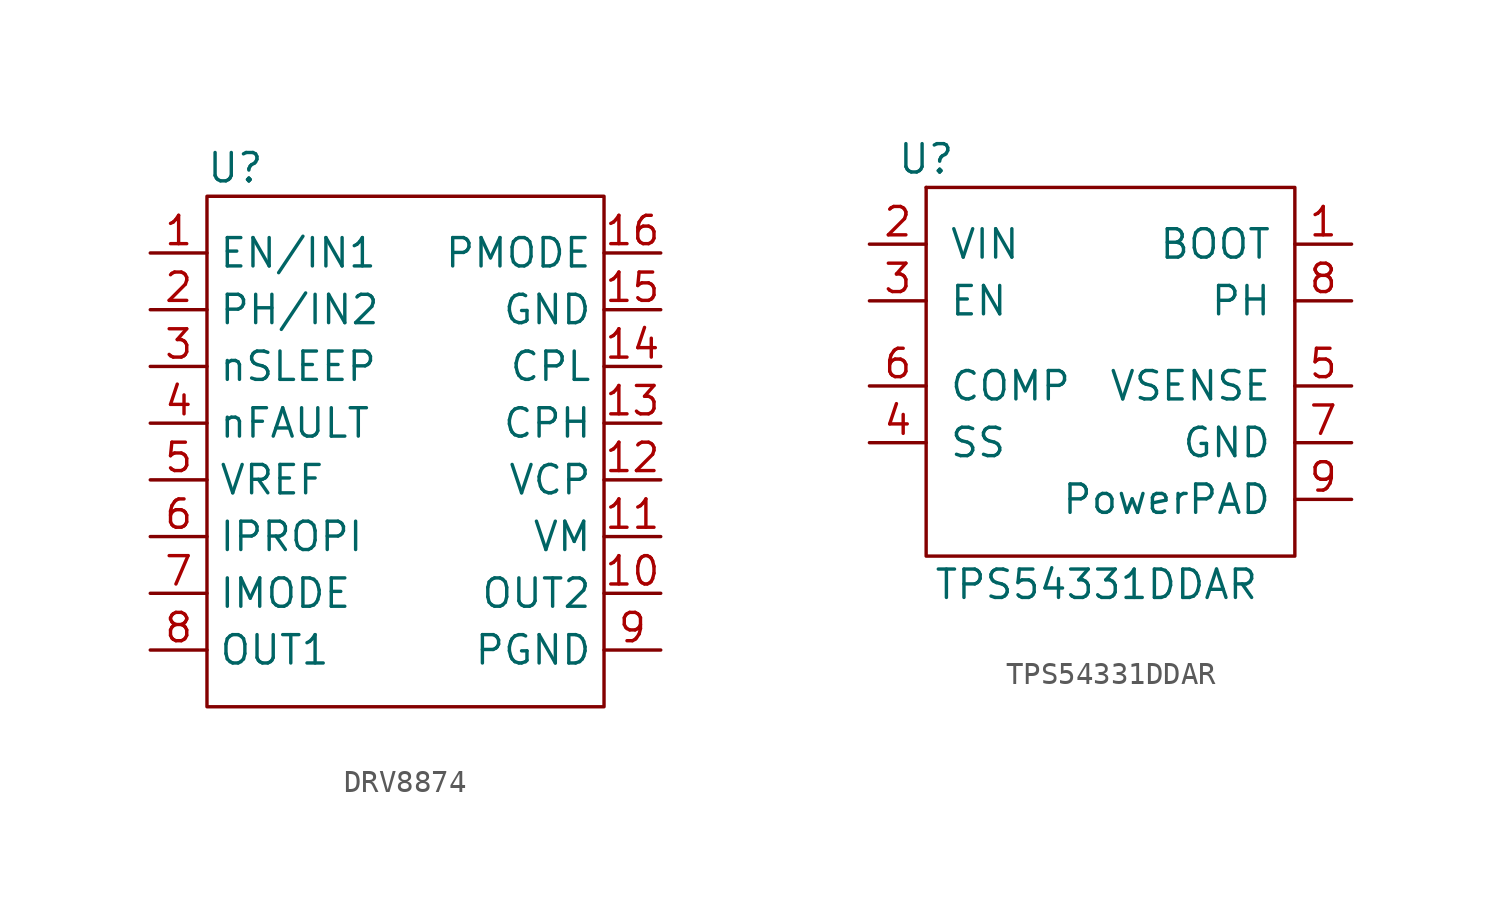
<source format=kicad_sym>
(kicad_symbol_lib
  (version 20220914)
  (generator kicad_symbol_editor)
  (symbol "DRV8874"
    (property "Reference" "U"
      (at -7.62 12.7 0)
      (effects (font (size 1.27 1.27))))
    (property "Value" ""
      (at 0 0 0)
      (effects (font (size 1.27 1.27))))
    (symbol "DRV8874_0_1"
      (rectangle (start -8.89 11.43) (end 8.89 -11.43) (stroke (width 0) (type default)) (fill (type none))))
    (symbol "DRV8874_1_1"
      (pin input line (at -11.43 8.89 0) (length 2.54) (name "EN/IN1" (effects (font (size 1.27 1.27)))) (number "1" (effects (font (size 1.27 1.27)))))
      (pin output line (at 11.43 -6.35 180) (length 2.54) (name "OUT2" (effects (font (size 1.27 1.27)))) (number "10" (effects (font (size 1.27 1.27)))))
      (pin input line (at 11.43 -3.81 180) (length 2.54) (name "VM" (effects (font (size 1.27 1.27)))) (number "11" (effects (font (size 1.27 1.27)))))
      (pin input line (at 11.43 -1.27 180) (length 2.54) (name "VCP" (effects (font (size 1.27 1.27)))) (number "12" (effects (font (size 1.27 1.27)))))
      (pin input line (at 11.43 1.27 180) (length 2.54) (name "CPH" (effects (font (size 1.27 1.27)))) (number "13" (effects (font (size 1.27 1.27)))))
      (pin input line (at 11.43 3.81 180) (length 2.54) (name "CPL" (effects (font (size 1.27 1.27)))) (number "14" (effects (font (size 1.27 1.27)))))
      (pin output line (at 11.43 6.35 180) (length 2.54) (name "GND" (effects (font (size 1.27 1.27)))) (number "15" (effects (font (size 1.27 1.27)))))
      (pin input line (at 11.43 8.89 180) (length 2.54) (name "PMODE" (effects (font (size 1.27 1.27)))) (number "16" (effects (font (size 1.27 1.27)))))
      (pin input line (at -11.43 6.35 0) (length 2.54) (name "PH/IN2" (effects (font (size 1.27 1.27)))) (number "2" (effects (font (size 1.27 1.27)))))
      (pin input line (at -11.43 3.81 0) (length 2.54) (name "nSLEEP" (effects (font (size 1.27 1.27)))) (number "3" (effects (font (size 1.27 1.27)))))
      (pin output line (at -11.43 1.27 0) (length 2.54) (name "nFAULT" (effects (font (size 1.27 1.27)))) (number "4" (effects (font (size 1.27 1.27)))))
      (pin input line (at -11.43 -1.27 0) (length 2.54) (name "VREF" (effects (font (size 1.27 1.27)))) (number "5" (effects (font (size 1.27 1.27)))))
      (pin output line (at -11.43 -3.81 0) (length 2.54) (name "IPROPI" (effects (font (size 1.27 1.27)))) (number "6" (effects (font (size 1.27 1.27)))))
      (pin input line (at -11.43 -6.35 0) (length 2.54) (name "IMODE" (effects (font (size 1.27 1.27)))) (number "7" (effects (font (size 1.27 1.27)))))
      (pin input line (at -11.43 -8.89 0) (length 2.54) (name "OUT1" (effects (font (size 1.27 1.27)))) (number "8" (effects (font (size 1.27 1.27)))))
      (pin output line (at 11.43 -8.89 180) (length 2.54) (name "PGND" (effects (font (size 1.27 1.27)))) (number "9" (effects (font (size 1.27 1.27)))))))
  (symbol "TPS54331DDAR"
    (pin_names
      (offset 1.016))
    (property "Reference" "U"
      (at -5.08 7.62 0)
      (effects (font (size 1.27 1.27))))
    (property "Value" "TPS54331DDAR"
      (at 2.54 -11.43 0)
      (effects (font (size 1.27 1.27))))
    (symbol "TPS54331DDAR_0_1"
      (rectangle (start -5.08 6.35) (end -5.08 6.35) (stroke (width 0) (type solid)) (fill (type none)))
      (rectangle (start -5.08 6.35) (end 11.43 -10.16) (stroke (width 0) (type solid)) (fill (type none))))
    (symbol "TPS54331DDAR_1_1"
      (pin input line (at 13.97 3.81 180) (length 2.54) (name "BOOT" (effects (font (size 1.27 1.27)))) (number "1" (effects (font (size 1.27 1.27)))))
      (pin input line (at -7.62 3.81 0) (length 2.54) (name "VIN" (effects (font (size 1.27 1.27)))) (number "2" (effects (font (size 1.27 1.27)))))
      (pin input line (at -7.62 1.27 0) (length 2.54) (name "EN" (effects (font (size 1.27 1.27)))) (number "3" (effects (font (size 1.27 1.27)))))
      (pin input line (at -7.62 -5.08 0) (length 2.54) (name "SS" (effects (font (size 1.27 1.27)))) (number "4" (effects (font (size 1.27 1.27)))))
      (pin input line (at 13.97 -2.54 180) (length 2.54) (name "VSENSE" (effects (font (size 1.27 1.27)))) (number "5" (effects (font (size 1.27 1.27)))))
      (pin input line (at -7.62 -2.54 0) (length 2.54) (name "COMP" (effects (font (size 1.27 1.27)))) (number "6" (effects (font (size 1.27 1.27)))))
      (pin output line (at 13.97 -5.08 180) (length 2.54) (name "GND" (effects (font (size 1.27 1.27)))) (number "7" (effects (font (size 1.27 1.27)))))
      (pin output line (at 13.97 1.27 180) (length 2.54) (name "PH" (effects (font (size 1.27 1.27)))) (number "8" (effects (font (size 1.27 1.27)))))
      (pin output line (at 13.97 -7.62 180) (length 2.54) (name "PowerPAD" (effects (font (size 1.27 1.27)))) (number "9" (effects (font (size 1.27 1.27))))))))
</source>
